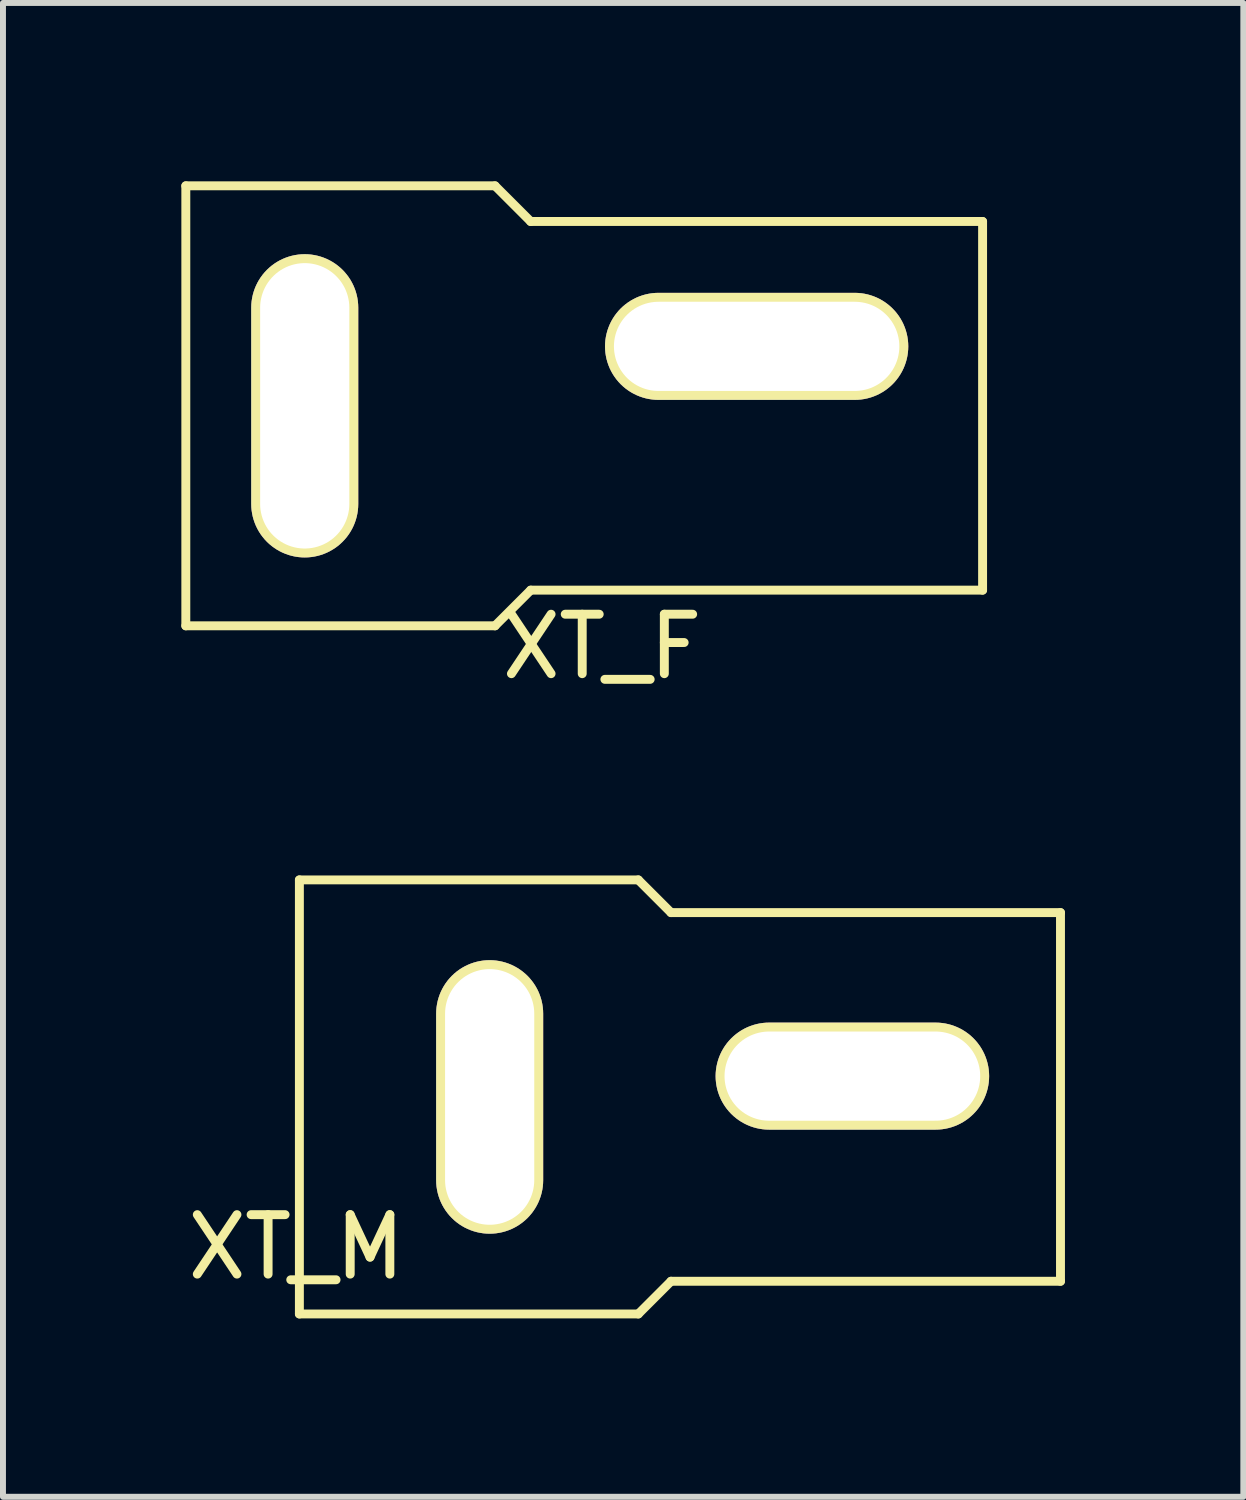
<source format=kicad_pcb>
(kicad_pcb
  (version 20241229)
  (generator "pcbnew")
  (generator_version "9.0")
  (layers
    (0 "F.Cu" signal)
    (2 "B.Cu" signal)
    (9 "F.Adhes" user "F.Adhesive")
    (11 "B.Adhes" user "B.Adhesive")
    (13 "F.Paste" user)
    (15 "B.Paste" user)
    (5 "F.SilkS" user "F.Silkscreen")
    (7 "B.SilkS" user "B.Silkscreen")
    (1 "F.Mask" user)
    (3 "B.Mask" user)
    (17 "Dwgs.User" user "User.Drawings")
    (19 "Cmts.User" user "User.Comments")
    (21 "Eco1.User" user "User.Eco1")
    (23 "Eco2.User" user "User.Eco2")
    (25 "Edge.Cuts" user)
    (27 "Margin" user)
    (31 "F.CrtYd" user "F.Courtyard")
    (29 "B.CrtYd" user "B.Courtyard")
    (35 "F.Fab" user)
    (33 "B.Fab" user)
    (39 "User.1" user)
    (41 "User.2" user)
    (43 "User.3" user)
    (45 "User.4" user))
  (footprint "XT_F"
    (layer "F.Cu")
    (at 2.075 3.775)
    (property "Reference" "XT_F" (at 5 4.05 180) (layer "F.SilkS") (effects (font (size 1 1) (thickness 0.15))))
    (attr through_hole)
    (fp_line (start -2 -3.7) (end 3.2 -3.7) (stroke (width 0.15) (type solid)) (layer "F.SilkS"))
    (fp_line (start -2 3.7) (end -2 -3.7) (stroke (width 0.15) (type solid)) (layer "F.SilkS"))
    (fp_line (start 3.2 -3.7) (end 3.8 -3.1) (stroke (width 0.15) (type solid)) (layer "F.SilkS"))
    (fp_line (start 3.2 3.7) (end -2 3.7) (stroke (width 0.15) (type solid)) (layer "F.SilkS"))
    (fp_line (start 3.8 -3.1) (end 11.4 -3.1) (stroke (width 0.15) (type solid)) (layer "F.SilkS"))
    (fp_line (start 3.8 3.1) (end 3.2 3.7) (stroke (width 0.15) (type solid)) (layer "F.SilkS"))
    (fp_line (start 11.4 -3.1) (end 11.4 3.1) (stroke (width 0.15) (type solid)) (layer "F.SilkS"))
    (fp_line (start 11.4 3.1) (end 3.8 3.1) (stroke (width 0.15) (type solid)) (layer "F.SilkS"))
    (pad "1" thru_hole oval (at 0 0) (size 1.8 5.1) (drill oval 1.5 4.8) (layers "*.Cu" "*.Mask" "F.SilkS"))
    (pad "2" thru_hole oval (at 7.6 -1) (size 5.1 1.8) (drill oval 4.8 1.5) (layers "*.Cu" "*.Mask" "F.SilkS")))
  (footprint "XT_M"
    (layer "F.Cu")
    (at 5.185 15.398)
    (property "Reference" "XT_M" (at -3.25 2.525 0) (layer "F.SilkS") (effects (font (size 1 1) (thickness 0.15))))
    (attr through_hole)
    (fp_line (start -3.2 -3.65) (end -3.2 3.65) (stroke (width 0.15) (type solid)) (layer "F.SilkS"))
    (fp_line (start -3.2 3.65) (end 2.5 3.65) (stroke (width 0.15) (type solid)) (layer "F.SilkS"))
    (fp_line (start 2.5 -3.65) (end -3.2 -3.65) (stroke (width 0.15) (type solid)) (layer "F.SilkS"))
    (fp_line (start 2.5 3.65) (end 3.05 3.1) (stroke (width 0.15) (type solid)) (layer "F.SilkS"))
    (fp_line (start 3.05 -3.1) (end 2.5 -3.65) (stroke (width 0.15) (type solid)) (layer "F.SilkS"))
    (fp_line (start 3.05 3.1) (end 9.6 3.1) (stroke (width 0.15) (type solid)) (layer "F.SilkS"))
    (fp_line (start 9.6 -3.1) (end 3.05 -3.1) (stroke (width 0.15) (type solid)) (layer "F.SilkS"))
    (fp_line (start 9.6 3.1) (end 9.6 -3.1) (stroke (width 0.15) (type solid)) (layer "F.SilkS"))
    (pad "1" thru_hole oval (at 0 0) (size 1.8 4.6) (drill oval 1.5 4.3) (layers "*.Cu" "*.Mask" "F.SilkS"))
    (pad "2" thru_hole oval (at 6.1 -0.35) (size 4.6 1.8) (drill oval 4.3 1.5) (layers "*.Cu" "*.Mask" "F.SilkS")))
  (gr_rect
    (start -3 -3)
    (end 17.86 22.123)
    (stroke (width 0.1) (type default))
    (fill no)
    (layer "Edge.Cuts")))
</source>
